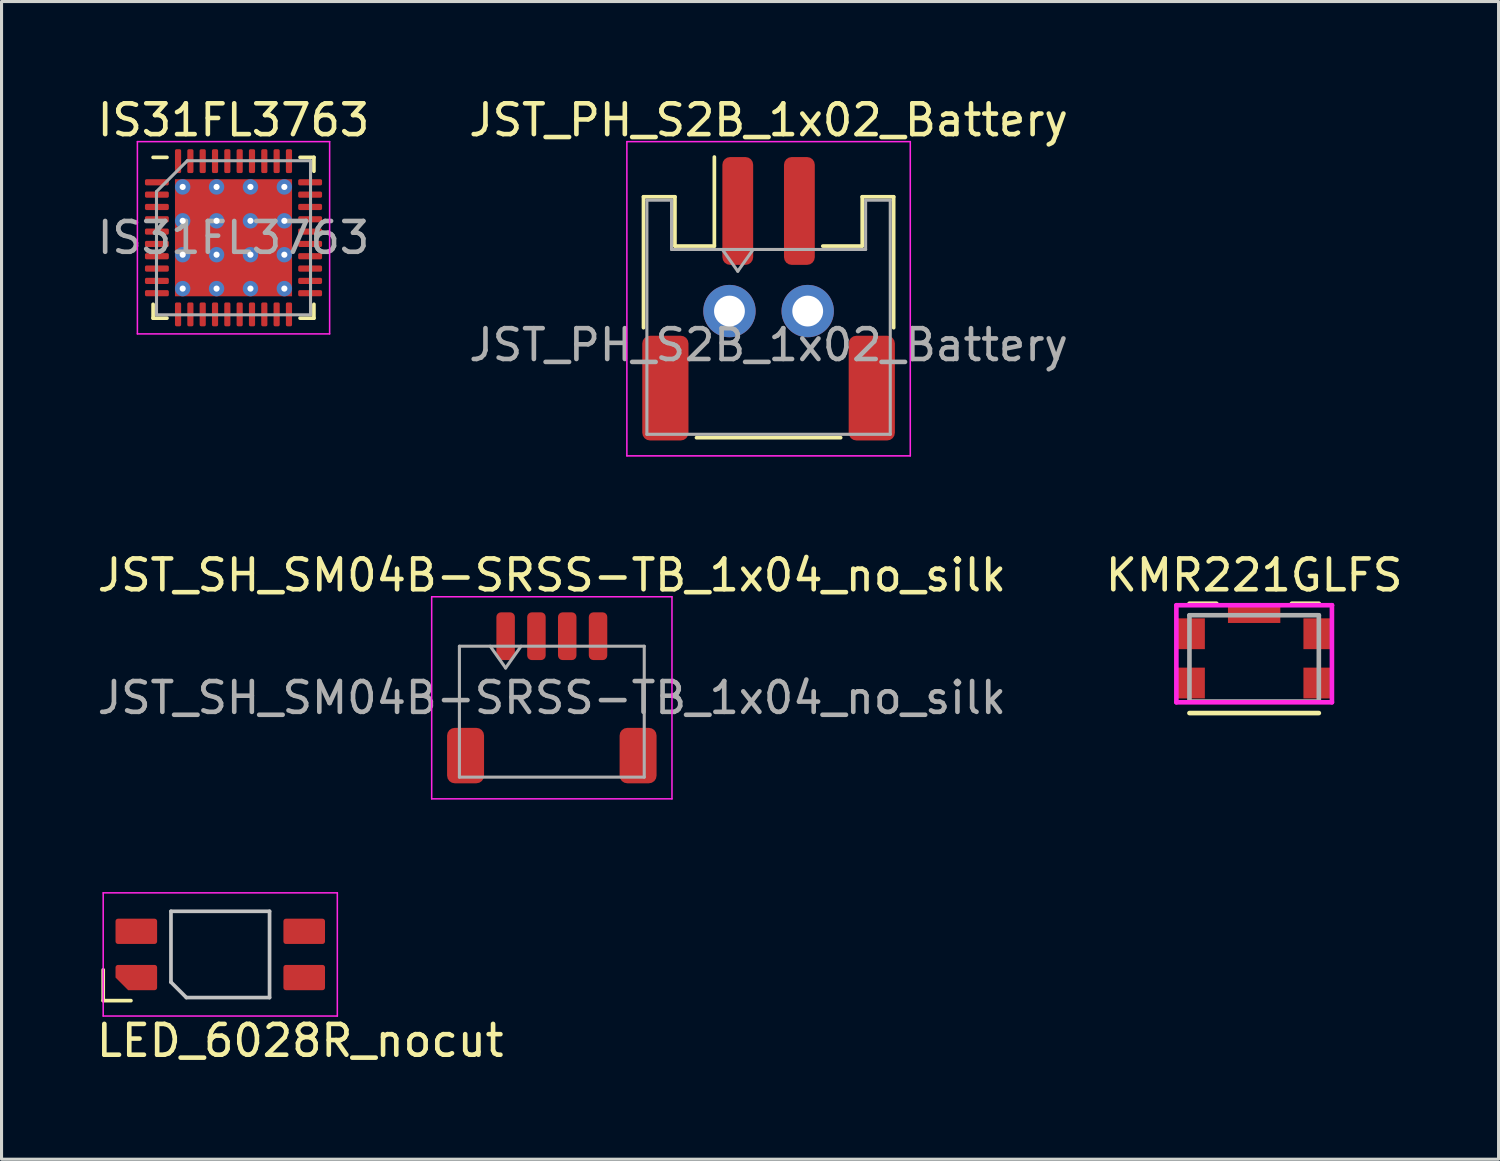
<source format=kicad_pcb>
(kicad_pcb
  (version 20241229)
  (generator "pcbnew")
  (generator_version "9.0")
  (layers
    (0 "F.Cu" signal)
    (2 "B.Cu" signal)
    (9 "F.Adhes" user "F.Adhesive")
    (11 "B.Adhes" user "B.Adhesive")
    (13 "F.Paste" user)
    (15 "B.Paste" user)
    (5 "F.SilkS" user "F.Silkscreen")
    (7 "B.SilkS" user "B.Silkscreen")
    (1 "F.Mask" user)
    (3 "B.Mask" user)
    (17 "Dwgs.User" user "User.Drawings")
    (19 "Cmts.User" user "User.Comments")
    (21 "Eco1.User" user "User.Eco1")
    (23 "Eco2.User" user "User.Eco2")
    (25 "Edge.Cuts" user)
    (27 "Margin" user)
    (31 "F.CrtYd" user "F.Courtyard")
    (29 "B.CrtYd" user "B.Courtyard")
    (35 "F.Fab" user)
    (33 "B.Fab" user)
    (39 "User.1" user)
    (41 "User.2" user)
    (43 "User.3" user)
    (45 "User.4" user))
  (footprint "JST_PH_S2B_1x02_Battery"
    (layer "F.Cu")
    (at 21.899 6.648)
    (property "Reference" "JST_PH_S2B_1x02_Battery" (at 0 -5.8 0) (layer "F.SilkS") (effects (font (size 1 1) (thickness 0.15))))
    (attr smd)
    (fp_line (start -4.06 -3.31) (end -3.04 -3.31) (stroke (width 0.12) (type solid)) (layer "F.SilkS"))
    (fp_line (start -4.06 0.94) (end -4.06 -3.31) (stroke (width 0.12) (type solid)) (layer "F.SilkS"))
    (fp_line (start -3.04 -3.31) (end -3.04 -1.71) (stroke (width 0.12) (type solid)) (layer "F.SilkS"))
    (fp_line (start -3.04 -1.71) (end -1.76 -1.71) (stroke (width 0.12) (type solid)) (layer "F.SilkS"))
    (fp_line (start -2.34 4.51) (end 2.34 4.51) (stroke (width 0.12) (type solid)) (layer "F.SilkS"))
    (fp_line (start -1.76 -1.71) (end -1.76 -4.6) (stroke (width 0.12) (type solid)) (layer "F.SilkS"))
    (fp_line (start 3.04 -3.31) (end 3.04 -1.71) (stroke (width 0.12) (type solid)) (layer "F.SilkS"))
    (fp_line (start 3.04 -1.71) (end 1.76 -1.71) (stroke (width 0.12) (type solid)) (layer "F.SilkS"))
    (fp_line (start 4.06 -3.31) (end 3.04 -3.31) (stroke (width 0.12) (type solid)) (layer "F.SilkS"))
    (fp_line (start 4.06 0.94) (end 4.06 -3.31) (stroke (width 0.12) (type solid)) (layer "F.SilkS"))
    (fp_line (start -4.6 -5.1) (end -4.6 5.1) (stroke (width 0.05) (type solid)) (layer "F.CrtYd"))
    (fp_line (start -4.6 5.1) (end 4.6 5.1) (stroke (width 0.05) (type solid)) (layer "F.CrtYd"))
    (fp_line (start 4.6 -5.1) (end -4.6 -5.1) (stroke (width 0.05) (type solid)) (layer "F.CrtYd"))
    (fp_line (start 4.6 5.1) (end 4.6 -5.1) (stroke (width 0.05) (type solid)) (layer "F.CrtYd"))
    (fp_line (start -3.95 -3.2) (end -3.95 4.4) (stroke (width 0.1) (type solid)) (layer "F.Fab"))
    (fp_line (start -3.95 -3.2) (end -3.15 -3.2) (stroke (width 0.1) (type solid)) (layer "F.Fab"))
    (fp_line (start -3.95 4.4) (end 3.95 4.4) (stroke (width 0.1) (type solid)) (layer "F.Fab"))
    (fp_line (start -3.15 -3.2) (end -3.15 -1.6) (stroke (width 0.1) (type solid)) (layer "F.Fab"))
    (fp_line (start -3.15 -1.6) (end 3.15 -1.6) (stroke (width 0.1) (type solid)) (layer "F.Fab"))
    (fp_line (start -1.5 -1.6) (end -1 -0.893) (stroke (width 0.1) (type solid)) (layer "F.Fab"))
    (fp_line (start -1 -0.893) (end -0.5 -1.6) (stroke (width 0.1) (type solid)) (layer "F.Fab"))
    (fp_line (start 3.15 -3.2) (end 3.95 -3.2) (stroke (width 0.1) (type solid)) (layer "F.Fab"))
    (fp_line (start 3.15 -1.6) (end 3.15 -3.2) (stroke (width 0.1) (type solid)) (layer "F.Fab"))
    (fp_line (start 3.95 -3.2) (end 3.95 4.4) (stroke (width 0.1) (type solid)) (layer "F.Fab"))
    (fp_text user "${REFERENCE}" (at 0 1.5 0) (layer "F.Fab") (effects (font (size 1 1) (thickness 0.15))))
    (pad "1" thru_hole oval (at -1.27 0.4 90) (size 1.7 1.7) (drill 1) (layers "*.Cu" "*.Mask"))
    (pad "1" smd roundrect (at -1 -2.85) (size 1 3.5) (layers "F.Cu" "F.Mask" "F.Paste") (roundrect_rratio 0.25))
    (pad "2" smd roundrect (at 1 -2.85) (size 1 3.5) (layers "F.Cu" "F.Mask" "F.Paste") (roundrect_rratio 0.25))
    (pad "2" thru_hole oval (at 1.27 0.4 90) (size 1.7 1.7) (drill 1) (layers "*.Cu" "*.Mask"))
    (pad "MP" smd roundrect (at -3.35 2.9) (size 1.5 3.4) (layers "F.Cu" "F.Mask" "F.Paste") (roundrect_rratio 0.167))
    (pad "MP" smd roundrect (at 3.35 2.9) (size 1.5 3.4) (layers "F.Cu" "F.Mask" "F.Paste") (roundrect_rratio 0.167)))
  (footprint "JST_SH_SM04B-SRSS-TB_1x04_no_silk"
    (layer "F.Cu")
    (at 14.863 19.602)
    (property "Reference" "JST_SH_SM04B-SRSS-TB_1x04_no_silk" (at 0 -3.98 0) (layer "F.SilkS") (effects (font (size 1 1) (thickness 0.15))))
    (attr smd)
    (fp_line (start -3.9 -3.28) (end -3.9 3.28) (stroke (width 0.05) (type solid)) (layer "F.CrtYd"))
    (fp_line (start -3.9 3.28) (end 3.9 3.28) (stroke (width 0.05) (type solid)) (layer "F.CrtYd"))
    (fp_line (start 3.9 -3.28) (end -3.9 -3.28) (stroke (width 0.05) (type solid)) (layer "F.CrtYd"))
    (fp_line (start 3.9 3.28) (end 3.9 -3.28) (stroke (width 0.05) (type solid)) (layer "F.CrtYd"))
    (fp_line (start -3 -1.675) (end -3 2.575) (stroke (width 0.1) (type solid)) (layer "F.Fab"))
    (fp_line (start -3 -1.675) (end 3 -1.675) (stroke (width 0.1) (type solid)) (layer "F.Fab"))
    (fp_line (start -3 2.575) (end 3 2.575) (stroke (width 0.1) (type solid)) (layer "F.Fab"))
    (fp_line (start -2 -1.675) (end -1.5 -0.968) (stroke (width 0.1) (type solid)) (layer "F.Fab"))
    (fp_line (start -1.5 -0.968) (end -1 -1.675) (stroke (width 0.1) (type solid)) (layer "F.Fab"))
    (fp_line (start 3 -1.675) (end 3 2.575) (stroke (width 0.1) (type solid)) (layer "F.Fab"))
    (fp_text user "${REFERENCE}" (at 0 0 0) (layer "F.Fab") (effects (font (size 1 1) (thickness 0.15))))
    (pad "1" smd roundrect (at -1.5 -2) (size 0.6 1.55) (layers "F.Cu" "F.Mask" "F.Paste") (roundrect_rratio 0.25))
    (pad "2" smd roundrect (at -0.5 -2) (size 0.6 1.55) (layers "F.Cu" "F.Mask" "F.Paste") (roundrect_rratio 0.25))
    (pad "3" smd roundrect (at 0.5 -2) (size 0.6 1.55) (layers "F.Cu" "F.Mask" "F.Paste") (roundrect_rratio 0.25))
    (pad "4" smd roundrect (at 1.5 -2) (size 0.6 1.55) (layers "F.Cu" "F.Mask" "F.Paste") (roundrect_rratio 0.25))
    (pad "MP" smd roundrect (at -2.8 1.875) (size 1.2 1.8) (layers "F.Cu" "F.Mask" "F.Paste") (roundrect_rratio 0.208))
    (pad "MP" smd roundrect (at 2.8 1.875) (size 1.2 1.8) (layers "F.Cu" "F.Mask" "F.Paste") (roundrect_rratio 0.208)))
  (footprint "IS31FL3763"
    (layer "F.Cu")
    (at 4.53 4.668)
    (property "Reference" "IS31FL3763" (at 0 -3.82 0) (layer "F.SilkS") (effects (font (size 1 1) (thickness 0.15))))
    (attr smd)
    (fp_line (start -2.61 2.61) (end -2.61 2.16) (stroke (width 0.12) (type solid)) (layer "F.SilkS"))
    (fp_line (start -2.16 -2.61) (end -2.61 -2.61) (stroke (width 0.12) (type solid)) (layer "F.SilkS"))
    (fp_line (start -2.16 2.61) (end -2.61 2.61) (stroke (width 0.12) (type solid)) (layer "F.SilkS"))
    (fp_line (start 2.16 -2.61) (end 2.61 -2.61) (stroke (width 0.12) (type solid)) (layer "F.SilkS"))
    (fp_line (start 2.16 2.61) (end 2.61 2.61) (stroke (width 0.12) (type solid)) (layer "F.SilkS"))
    (fp_line (start 2.61 -2.61) (end 2.61 -2.16) (stroke (width 0.12) (type solid)) (layer "F.SilkS"))
    (fp_line (start 2.61 2.61) (end 2.61 2.16) (stroke (width 0.12) (type solid)) (layer "F.SilkS"))
    (fp_line (start -3.12 -3.12) (end -3.12 3.12) (stroke (width 0.05) (type solid)) (layer "F.CrtYd"))
    (fp_line (start -3.12 3.12) (end 3.12 3.12) (stroke (width 0.05) (type solid)) (layer "F.CrtYd"))
    (fp_line (start 3.12 -3.12) (end -3.12 -3.12) (stroke (width 0.05) (type solid)) (layer "F.CrtYd"))
    (fp_line (start 3.12 3.12) (end 3.12 -3.12) (stroke (width 0.05) (type solid)) (layer "F.CrtYd"))
    (fp_line (start -2.5 -1.5) (end -1.5 -2.5) (stroke (width 0.1) (type solid)) (layer "F.Fab"))
    (fp_line (start -2.5 2.5) (end -2.5 -1.5) (stroke (width 0.1) (type solid)) (layer "F.Fab"))
    (fp_line (start -1.5 -2.5) (end 2.5 -2.5) (stroke (width 0.1) (type solid)) (layer "F.Fab"))
    (fp_line (start 2.5 -2.5) (end 2.5 2.5) (stroke (width 0.1) (type solid)) (layer "F.Fab"))
    (fp_line (start 2.5 2.5) (end -2.5 2.5) (stroke (width 0.1) (type solid)) (layer "F.Fab"))
    (fp_text user "${REFERENCE}" (at 0 0 0) (layer "F.Fab") (effects (font (size 1 1) (thickness 0.15))))
    (pad "" smd custom (at -1.1 -1.1) (size 0.865 0.865) (layers "F.Paste") (options (anchor circle)) (primitives (gr_poly (pts (xy -0.375 -0.279) (xy -0.279 -0.375) (xy 0.279 -0.375) (xy 0.375 -0.279) (xy 0.375 0.279) (xy 0.279 0.375) (xy -0.279 0.375) (xy -0.375 0.279)) (width 0.232) (fill yes))))
    (pad "" smd custom (at -1.1 0) (size 0.865 0.865) (layers "F.Paste") (options (anchor circle)) (primitives (gr_poly (pts (xy -0.375 -0.279) (xy -0.279 -0.375) (xy 0.279 -0.375) (xy 0.375 -0.279) (xy 0.375 0.279) (xy 0.279 0.375) (xy -0.279 0.375) (xy -0.375 0.279)) (width 0.232) (fill yes))))
    (pad "" smd custom (at -1.1 1.1) (size 0.865 0.865) (layers "F.Paste") (options (anchor circle)) (primitives (gr_poly (pts (xy -0.375 -0.279) (xy -0.279 -0.375) (xy 0.279 -0.375) (xy 0.375 -0.279) (xy 0.375 0.279) (xy 0.279 0.375) (xy -0.279 0.375) (xy -0.375 0.279)) (width 0.232) (fill yes))))
    (pad "" smd custom (at 0 -1.1) (size 0.865 0.865) (layers "F.Paste") (options (anchor circle)) (primitives (gr_poly (pts (xy -0.375 -0.279) (xy -0.279 -0.375) (xy 0.279 -0.375) (xy 0.375 -0.279) (xy 0.375 0.279) (xy 0.279 0.375) (xy -0.279 0.375) (xy -0.375 0.279)) (width 0.232) (fill yes))))
    (pad "" smd custom (at 0 0) (size 0.865 0.865) (layers "F.Paste") (options (anchor circle)) (primitives (gr_poly (pts (xy -0.375 -0.279) (xy -0.279 -0.375) (xy 0.279 -0.375) (xy 0.375 -0.279) (xy 0.375 0.279) (xy 0.279 0.375) (xy -0.279 0.375) (xy -0.375 0.279)) (width 0.232) (fill yes))))
    (pad "" smd custom (at 0 1.1) (size 0.865 0.865) (layers "F.Paste") (options (anchor circle)) (primitives (gr_poly (pts (xy -0.375 -0.279) (xy -0.279 -0.375) (xy 0.279 -0.375) (xy 0.375 -0.279) (xy 0.375 0.279) (xy 0.279 0.375) (xy -0.279 0.375) (xy -0.375 0.279)) (width 0.232) (fill yes))))
    (pad "" smd custom (at 1.1 -1.1) (size 0.865 0.865) (layers "F.Paste") (options (anchor circle)) (primitives (gr_poly (pts (xy -0.375 -0.279) (xy -0.279 -0.375) (xy 0.279 -0.375) (xy 0.375 -0.279) (xy 0.375 0.279) (xy 0.279 0.375) (xy -0.279 0.375) (xy -0.375 0.279)) (width 0.232) (fill yes))))
    (pad "" smd custom (at 1.1 0) (size 0.865 0.865) (layers "F.Paste") (options (anchor circle)) (primitives (gr_poly (pts (xy -0.375 -0.279) (xy -0.279 -0.375) (xy 0.279 -0.375) (xy 0.375 -0.279) (xy 0.375 0.279) (xy 0.279 0.375) (xy -0.279 0.375) (xy -0.375 0.279)) (width 0.232) (fill yes))))
    (pad "" smd custom (at 1.1 1.1) (size 0.865 0.865) (layers "F.Paste") (options (anchor circle)) (primitives (gr_poly (pts (xy -0.375 -0.279) (xy -0.279 -0.375) (xy 0.279 -0.375) (xy 0.375 -0.279) (xy 0.375 0.279) (xy 0.279 0.375) (xy -0.279 0.375) (xy -0.375 0.279)) (width 0.232) (fill yes))))
    (pad "1" smd roundrect (at -2.487 -1.8) (size 0.775 0.2) (layers "F.Cu" "F.Mask" "F.Paste") (roundrect_rratio 0.25))
    (pad "2" smd roundrect (at -2.487 -1.4) (size 0.775 0.2) (layers "F.Cu" "F.Mask" "F.Paste") (roundrect_rratio 0.25))
    (pad "3" smd roundrect (at -2.487 -1) (size 0.775 0.2) (layers "F.Cu" "F.Mask" "F.Paste") (roundrect_rratio 0.25))
    (pad "4" smd roundrect (at -2.487 -0.6) (size 0.775 0.2) (layers "F.Cu" "F.Mask" "F.Paste") (roundrect_rratio 0.25))
    (pad "5" smd roundrect (at -2.487 -0.2) (size 0.775 0.2) (layers "F.Cu" "F.Mask" "F.Paste") (roundrect_rratio 0.25))
    (pad "6" smd roundrect (at -2.487 0.2) (size 0.775 0.2) (layers "F.Cu" "F.Mask" "F.Paste") (roundrect_rratio 0.25))
    (pad "7" smd roundrect (at -2.487 0.6) (size 0.775 0.2) (layers "F.Cu" "F.Mask" "F.Paste") (roundrect_rratio 0.25))
    (pad "8" smd roundrect (at -2.487 1) (size 0.775 0.2) (layers "F.Cu" "F.Mask" "F.Paste") (roundrect_rratio 0.25))
    (pad "9" smd roundrect (at -2.487 1.4) (size 0.775 0.2) (layers "F.Cu" "F.Mask" "F.Paste") (roundrect_rratio 0.25))
    (pad "10" smd roundrect (at -2.487 1.8) (size 0.775 0.2) (layers "F.Cu" "F.Mask" "F.Paste") (roundrect_rratio 0.25))
    (pad "11" smd roundrect (at -1.8 2.487) (size 0.2 0.775) (layers "F.Cu" "F.Mask" "F.Paste") (roundrect_rratio 0.25))
    (pad "12" smd roundrect (at -1.4 2.487) (size 0.2 0.775) (layers "F.Cu" "F.Mask" "F.Paste") (roundrect_rratio 0.25))
    (pad "13" smd roundrect (at -1 2.487) (size 0.2 0.775) (layers "F.Cu" "F.Mask" "F.Paste") (roundrect_rratio 0.25))
    (pad "14" smd roundrect (at -0.6 2.487) (size 0.2 0.775) (layers "F.Cu" "F.Mask" "F.Paste") (roundrect_rratio 0.25))
    (pad "15" smd roundrect (at -0.2 2.487) (size 0.2 0.775) (layers "F.Cu" "F.Mask" "F.Paste") (roundrect_rratio 0.25))
    (pad "16" smd roundrect (at 0.2 2.487) (size 0.2 0.775) (layers "F.Cu" "F.Mask" "F.Paste") (roundrect_rratio 0.25))
    (pad "17" smd roundrect (at 0.6 2.487) (size 0.2 0.775) (layers "F.Cu" "F.Mask" "F.Paste") (roundrect_rratio 0.25))
    (pad "18" smd roundrect (at 1 2.487) (size 0.2 0.775) (layers "F.Cu" "F.Mask" "F.Paste") (roundrect_rratio 0.25))
    (pad "19" smd roundrect (at 1.4 2.487) (size 0.2 0.775) (layers "F.Cu" "F.Mask" "F.Paste") (roundrect_rratio 0.25))
    (pad "20" smd roundrect (at 1.8 2.487) (size 0.2 0.775) (layers "F.Cu" "F.Mask" "F.Paste") (roundrect_rratio 0.25))
    (pad "21" smd roundrect (at 2.487 1.8) (size 0.775 0.2) (layers "F.Cu" "F.Mask" "F.Paste") (roundrect_rratio 0.25))
    (pad "22" smd roundrect (at 2.487 1.4) (size 0.775 0.2) (layers "F.Cu" "F.Mask" "F.Paste") (roundrect_rratio 0.25))
    (pad "23" smd roundrect (at 2.487 1) (size 0.775 0.2) (layers "F.Cu" "F.Mask" "F.Paste") (roundrect_rratio 0.25))
    (pad "24" smd roundrect (at 2.487 0.6) (size 0.775 0.2) (layers "F.Cu" "F.Mask" "F.Paste") (roundrect_rratio 0.25))
    (pad "25" smd roundrect (at 2.487 0.2) (size 0.775 0.2) (layers "F.Cu" "F.Mask" "F.Paste") (roundrect_rratio 0.25))
    (pad "26" smd roundrect (at 2.487 -0.2) (size 0.775 0.2) (layers "F.Cu" "F.Mask" "F.Paste") (roundrect_rratio 0.25))
    (pad "27" smd roundrect (at 2.487 -0.6) (size 0.775 0.2) (layers "F.Cu" "F.Mask" "F.Paste") (roundrect_rratio 0.25))
    (pad "28" smd roundrect (at 2.487 -1) (size 0.775 0.2) (layers "F.Cu" "F.Mask" "F.Paste") (roundrect_rratio 0.25))
    (pad "29" smd roundrect (at 2.487 -1.4) (size 0.775 0.2) (layers "F.Cu" "F.Mask" "F.Paste") (roundrect_rratio 0.25))
    (pad "30" smd roundrect (at 2.487 -1.8) (size 0.775 0.2) (layers "F.Cu" "F.Mask" "F.Paste") (roundrect_rratio 0.25))
    (pad "31" smd roundrect (at 1.8 -2.487) (size 0.2 0.775) (layers "F.Cu" "F.Mask" "F.Paste") (roundrect_rratio 0.25))
    (pad "32" smd roundrect (at 1.4 -2.487) (size 0.2 0.775) (layers "F.Cu" "F.Mask" "F.Paste") (roundrect_rratio 0.25))
    (pad "33" smd roundrect (at 1 -2.487) (size 0.2 0.775) (layers "F.Cu" "F.Mask" "F.Paste") (roundrect_rratio 0.25))
    (pad "34" smd roundrect (at 0.6 -2.487) (size 0.2 0.775) (layers "F.Cu" "F.Mask" "F.Paste") (roundrect_rratio 0.25))
    (pad "35" smd roundrect (at 0.2 -2.487) (size 0.2 0.775) (layers "F.Cu" "F.Mask" "F.Paste") (roundrect_rratio 0.25))
    (pad "36" smd roundrect (at -0.2 -2.487) (size 0.2 0.775) (layers "F.Cu" "F.Mask" "F.Paste") (roundrect_rratio 0.25))
    (pad "37" smd roundrect (at -0.6 -2.487) (size 0.2 0.775) (layers "F.Cu" "F.Mask" "F.Paste") (roundrect_rratio 0.25))
    (pad "38" smd roundrect (at -1 -2.487) (size 0.2 0.775) (layers "F.Cu" "F.Mask" "F.Paste") (roundrect_rratio 0.25))
    (pad "39" smd roundrect (at -1.4 -2.487) (size 0.2 0.775) (layers "F.Cu" "F.Mask" "F.Paste") (roundrect_rratio 0.25))
    (pad "40" smd roundrect (at -1.8 -2.487) (size 0.2 0.775) (layers "F.Cu" "F.Mask" "F.Paste") (roundrect_rratio 0.25))
    (pad "41" thru_hole circle (at -1.65 -1.65) (size 0.5 0.5) (drill 0.2) (layers "*.Cu"))
    (pad "41" thru_hole circle (at -1.65 -0.55) (size 0.5 0.5) (drill 0.2) (layers "*.Cu"))
    (pad "41" thru_hole circle (at -1.65 0.55) (size 0.5 0.5) (drill 0.2) (layers "*.Cu"))
    (pad "41" thru_hole circle (at -1.65 1.65) (size 0.5 0.5) (drill 0.2) (layers "*.Cu"))
    (pad "41" thru_hole circle (at -0.55 -1.65) (size 0.5 0.5) (drill 0.2) (layers "*.Cu"))
    (pad "41" thru_hole circle (at -0.55 -0.55) (size 0.5 0.5) (drill 0.2) (layers "*.Cu"))
    (pad "41" thru_hole circle (at -0.55 0.55) (size 0.5 0.5) (drill 0.2) (layers "*.Cu"))
    (pad "41" thru_hole circle (at -0.55 1.65) (size 0.5 0.5) (drill 0.2) (layers "*.Cu"))
    (pad "41" smd rect (at 0 0) (size 3.8 3.8) (layers "F.Cu" "F.Mask"))
    (pad "41" thru_hole circle (at 0.55 -1.65) (size 0.5 0.5) (drill 0.2) (layers "*.Cu"))
    (pad "41" thru_hole circle (at 0.55 -0.55) (size 0.5 0.5) (drill 0.2) (layers "*.Cu"))
    (pad "41" thru_hole circle (at 0.55 0.55) (size 0.5 0.5) (drill 0.2) (layers "*.Cu"))
    (pad "41" thru_hole circle (at 0.55 1.65) (size 0.5 0.5) (drill 0.2) (layers "*.Cu"))
    (pad "41" thru_hole circle (at 1.65 -1.65) (size 0.5 0.5) (drill 0.2) (layers "*.Cu"))
    (pad "41" thru_hole circle (at 1.65 -0.55) (size 0.5 0.5) (drill 0.2) (layers "*.Cu"))
    (pad "41" thru_hole circle (at 1.65 0.55) (size 0.5 0.5) (drill 0.2) (layers "*.Cu"))
    (pad "41" thru_hole circle (at 1.65 1.65) (size 0.5 0.5) (drill 0.2) (layers "*.Cu")))
  (footprint "LED_6028R_nocut"
    (layer "F.Cu")
    (at 4.1 27.932)
    (property "Reference" "LED_6028R_nocut" (at -4.1 2.8 0) (layer "F.SilkS") (effects (font (size 1 1) (thickness 0.15)) (justify left)))
    (attr smd)
    (fp_line (start -3.8 0.5) (end -3.8 1.5) (stroke (width 0.12) (type solid)) (layer "F.SilkS"))
    (fp_line (start -3.8 1.5) (end -2.9 1.5) (stroke (width 0.12) (type solid)) (layer "F.SilkS"))
    (fp_line (start -1.6 -1.4) (end 1.6 -1.4) (stroke (width 0.12) (type solid)) (layer "Dwgs.User"))
    (fp_line (start -1.6 0.9) (end -1.6 -1.4) (stroke (width 0.12) (type solid)) (layer "Dwgs.User"))
    (fp_line (start -1.6 0.9) (end -1.1 1.4) (stroke (width 0.12) (type solid)) (layer "Dwgs.User"))
    (fp_line (start 1.6 -1.4) (end 1.6 1.4) (stroke (width 0.12) (type solid)) (layer "Dwgs.User"))
    (fp_line (start 1.6 1.4) (end -1.1 1.4) (stroke (width 0.12) (type solid)) (layer "Dwgs.User"))
    (fp_line (start -3.8 -2) (end 3.8 -2) (stroke (width 0.05) (type solid)) (layer "F.CrtYd"))
    (fp_line (start -3.8 2) (end -3.8 -2) (stroke (width 0.05) (type solid)) (layer "F.CrtYd"))
    (fp_line (start 3.8 -2) (end 3.8 2) (stroke (width 0.05) (type solid)) (layer "F.CrtYd"))
    (fp_line (start 3.8 2) (end -3.8 2) (stroke (width 0.05) (type solid)) (layer "F.CrtYd"))
    (pad "1" smd roundrect (at 2.725 -0.75 90) (size 0.82 1.35) (layers "F.Cu" "F.Mask" "F.Paste") (roundrect_rratio 0.1))
    (pad "2" smd roundrect (at 2.725 0.75 90) (size 0.82 1.35) (layers "F.Cu" "F.Mask" "F.Paste") (roundrect_rratio 0.1))
    (pad "3" smd roundrect (at -2.725 -0.75 90) (size 0.82 1.35) (layers "F.Cu" "F.Mask" "F.Paste") (roundrect_rratio 0.1))
    (pad "4" smd roundrect (at -2.725 0.75 90) (size 0.82 1.35) (layers "F.Cu" "F.Mask" "F.Paste") (roundrect_rratio 0.1) (chamfer_ratio 0.5) (chamfer top_left)))
  (footprint "KMR221GLFS"
    (layer "F.Cu")
    (at 37.661 18.322)
    (property "Reference" "KMR221GLFS" (at 0 -2.7 0) (layer "F.SilkS") (effects (font (size 1 1) (thickness 0.15))))
    (attr through_hole)
    (fp_line (start -2.1 -1.775) (end -1.225 -1.775) (stroke (width 0.15) (type solid)) (layer "F.SilkS"))
    (fp_line (start -2.1 1.775) (end 2.1 1.775) (stroke (width 0.15) (type solid)) (layer "F.SilkS"))
    (fp_line (start 2.1 -1.775) (end 1.225 -1.775) (stroke (width 0.15) (type solid)) (layer "F.SilkS"))
    (fp_line (start -2.525 -1.725) (end -2.525 1.425) (stroke (width 0.15) (type solid)) (layer "F.CrtYd"))
    (fp_line (start -2.525 1.425) (end 2.525 1.425) (stroke (width 0.15) (type solid)) (layer "F.CrtYd"))
    (fp_line (start 2.525 -1.725) (end -2.525 -1.725) (stroke (width 0.15) (type solid)) (layer "F.CrtYd"))
    (fp_line (start 2.525 -1.725) (end 2.525 -1.725) (stroke (width 0.15) (type solid)) (layer "F.CrtYd"))
    (fp_line (start 2.525 1.425) (end 2.525 -1.725) (stroke (width 0.15) (type solid)) (layer "F.CrtYd"))
    (fp_line (start -2.1 -1.4) (end 2.1 -1.4) (stroke (width 0.15) (type solid)) (layer "F.Fab"))
    (fp_line (start -2.1 1.4) (end -2.1 -1.4) (stroke (width 0.15) (type solid)) (layer "F.Fab"))
    (fp_line (start 2.1 -1.4) (end 2.1 1.4) (stroke (width 0.15) (type solid)) (layer "F.Fab"))
    (fp_line (start 2.1 1.4) (end -2.1 1.4) (stroke (width 0.15) (type solid)) (layer "F.Fab"))
    (pad "1" smd rect (at -2.05 -0.8) (size 0.9 1) (layers "F.Cu" "F.Mask" "F.Paste"))
    (pad "1" smd rect (at 2.05 -0.8) (size 0.9 1) (layers "F.Cu" "F.Mask" "F.Paste"))
    (pad "2" smd rect (at -2.05 0.8) (size 0.9 1) (layers "F.Cu" "F.Mask" "F.Paste"))
    (pad "2" smd rect (at 2.05 0.8) (size 0.9 1) (layers "F.Cu" "F.Mask" "F.Paste"))
    (pad "3" smd rect (at 0 -1.425) (size 1.7 0.55) (layers "F.Cu" "F.Mask" "F.Paste")))
  (gr_rect
    (start -3 -3)
    (end 45.595 34.58)
    (stroke (width 0.1) (type default))
    (fill no)
    (layer "Edge.Cuts")))
</source>
